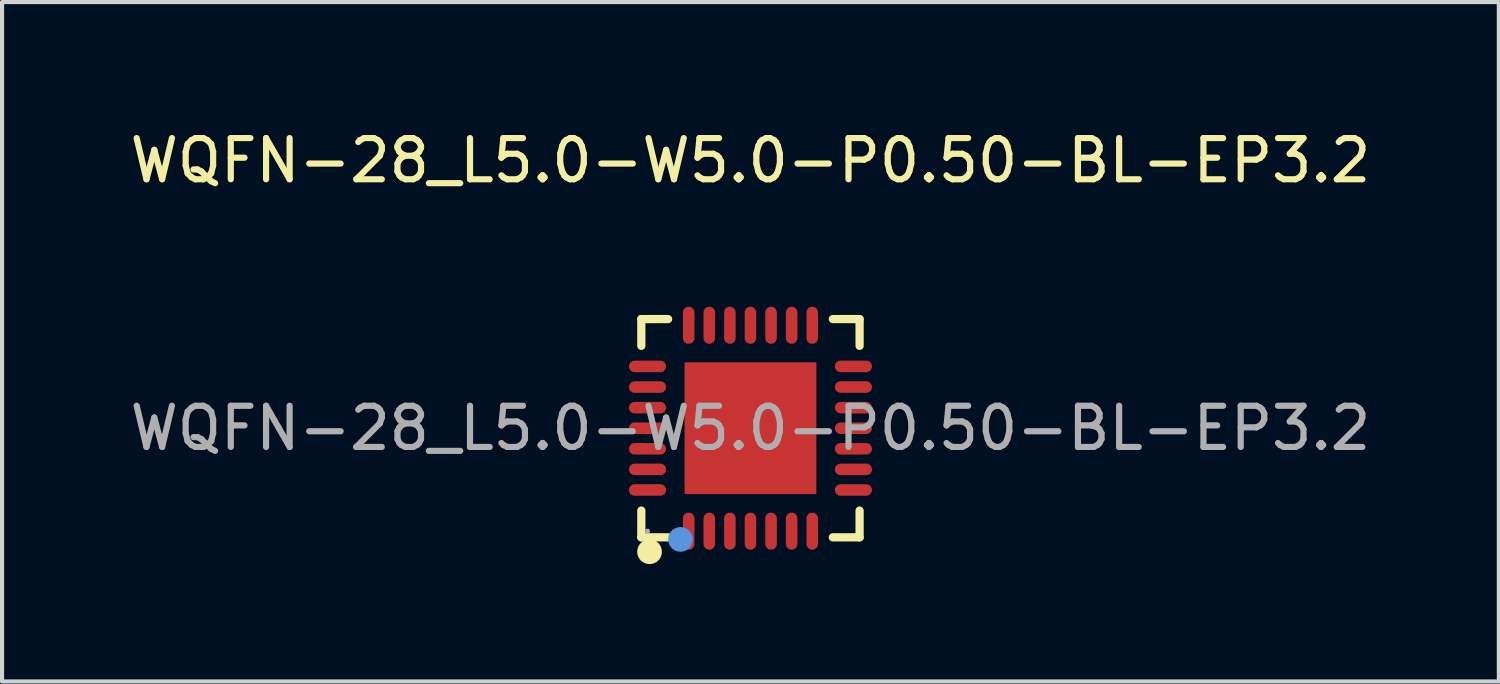
<source format=kicad_pcb>
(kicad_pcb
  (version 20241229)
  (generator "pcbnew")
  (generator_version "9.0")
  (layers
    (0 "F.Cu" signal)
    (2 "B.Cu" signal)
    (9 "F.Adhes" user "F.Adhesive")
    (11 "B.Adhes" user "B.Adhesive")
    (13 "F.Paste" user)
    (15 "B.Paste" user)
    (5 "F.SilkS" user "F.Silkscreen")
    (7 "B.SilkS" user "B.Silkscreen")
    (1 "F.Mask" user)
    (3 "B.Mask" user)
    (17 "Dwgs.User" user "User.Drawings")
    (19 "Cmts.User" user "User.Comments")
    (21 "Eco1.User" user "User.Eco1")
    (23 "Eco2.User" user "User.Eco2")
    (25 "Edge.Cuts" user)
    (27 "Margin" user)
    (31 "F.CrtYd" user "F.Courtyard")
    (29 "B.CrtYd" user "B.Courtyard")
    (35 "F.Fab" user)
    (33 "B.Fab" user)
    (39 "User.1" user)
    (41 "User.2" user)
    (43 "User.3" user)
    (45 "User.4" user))
  (footprint "WQFN-28_L5.0-W5.0-P0.50-BL-EP3.2"
    (layer "F.Cu")
    (at 15.173 7.348)
    (property "Reference" "WQFN-28_L5.0-W5.0-P0.50-BL-EP3.2" (at 0 -6.5 0) (layer "F.SilkS") (effects (font (size 1 1) (thickness 0.15))))
    (attr through_hole)
    (fp_line (start -2.65 -2.65) (end -2.65 -2) (stroke (width 0.2) (type solid)) (layer "F.SilkS"))
    (fp_line (start -2.65 2.65) (end -2.65 2) (stroke (width 0.2) (type solid)) (layer "F.SilkS"))
    (fp_line (start -2 -2.65) (end -2.65 -2.65) (stroke (width 0.2) (type solid)) (layer "F.SilkS"))
    (fp_line (start -2 2.65) (end -2.65 2.65) (stroke (width 0.2) (type solid)) (layer "F.SilkS"))
    (fp_line (start 2 2.65) (end 2.65 2.65) (stroke (width 0.2) (type solid)) (layer "F.SilkS"))
    (fp_line (start 2.65 -2.65) (end 2 -2.65) (stroke (width 0.2) (type solid)) (layer "F.SilkS"))
    (fp_line (start 2.65 -2) (end 2.65 -2.65) (stroke (width 0.2) (type solid)) (layer "F.SilkS"))
    (fp_line (start 2.65 2.65) (end 2.65 2) (stroke (width 0.2) (type solid)) (layer "F.SilkS"))
    (fp_arc (start -2.45 3) (mid -2.45 3) (end -2.45 3) (stroke (width 0.3) (type solid)) (layer "F.SilkS"))
    (fp_circle (center -1.7 2.7) (end -1.55 2.7) (stroke (width 0.3) (type solid)) (fill no) (layer "Cmts.User"))
    (fp_circle (center -2.5 2.5) (end -2.47 2.5) (stroke (width 0.06) (type solid)) (fill no) (layer "F.Fab"))
    (fp_text user "${REFERENCE}" (at 0 0 0) (layer "F.Fab") (effects (font (size 1 1) (thickness 0.15))))
    (pad "1" smd oval (at -1.5 2.5 180) (size 0.28 0.9) (layers "F.Cu" "F.Mask" "F.Paste"))
    (pad "2" smd oval (at -1 2.5 180) (size 0.28 0.9) (layers "F.Cu" "F.Mask" "F.Paste"))
    (pad "3" smd oval (at -0.5 2.5 180) (size 0.28 0.9) (layers "F.Cu" "F.Mask" "F.Paste"))
    (pad "4" smd oval (at 0 2.5 180) (size 0.28 0.9) (layers "F.Cu" "F.Mask" "F.Paste"))
    (pad "5" smd oval (at 0.5 2.5 180) (size 0.28 0.9) (layers "F.Cu" "F.Mask" "F.Paste"))
    (pad "6" smd oval (at 1 2.5 180) (size 0.28 0.9) (layers "F.Cu" "F.Mask" "F.Paste"))
    (pad "7" smd oval (at 1.5 2.5 180) (size 0.28 0.9) (layers "F.Cu" "F.Mask" "F.Paste"))
    (pad "8" smd oval (at 2.5 1.5 90) (size 0.28 0.9) (layers "F.Cu" "F.Mask" "F.Paste"))
    (pad "9" smd oval (at 2.5 1 90) (size 0.28 0.9) (layers "F.Cu" "F.Mask" "F.Paste"))
    (pad "10" smd oval (at 2.5 0.5 90) (size 0.28 0.9) (layers "F.Cu" "F.Mask" "F.Paste"))
    (pad "11" smd oval (at 2.5 0 90) (size 0.28 0.9) (layers "F.Cu" "F.Mask" "F.Paste"))
    (pad "12" smd oval (at 2.5 -0.5 90) (size 0.28 0.9) (layers "F.Cu" "F.Mask" "F.Paste"))
    (pad "13" smd oval (at 2.5 -1 90) (size 0.28 0.9) (layers "F.Cu" "F.Mask" "F.Paste"))
    (pad "14" smd oval (at 2.5 -1.5 90) (size 0.28 0.9) (layers "F.Cu" "F.Mask" "F.Paste"))
    (pad "15" smd oval (at 1.5 -2.5 180) (size 0.28 0.9) (layers "F.Cu" "F.Mask" "F.Paste"))
    (pad "16" smd oval (at 1 -2.5 180) (size 0.28 0.9) (layers "F.Cu" "F.Mask" "F.Paste"))
    (pad "17" smd oval (at 0.5 -2.5 180) (size 0.28 0.9) (layers "F.Cu" "F.Mask" "F.Paste"))
    (pad "18" smd oval (at 0 -2.5 180) (size 0.28 0.9) (layers "F.Cu" "F.Mask" "F.Paste"))
    (pad "19" smd oval (at -0.5 -2.5 180) (size 0.28 0.9) (layers "F.Cu" "F.Mask" "F.Paste"))
    (pad "20" smd oval (at -1 -2.5 180) (size 0.28 0.9) (layers "F.Cu" "F.Mask" "F.Paste"))
    (pad "21" smd oval (at -1.5 -2.5 180) (size 0.28 0.9) (layers "F.Cu" "F.Mask" "F.Paste"))
    (pad "22" smd oval (at -2.5 -1.5 90) (size 0.28 0.9) (layers "F.Cu" "F.Mask" "F.Paste"))
    (pad "23" smd oval (at -2.5 -1 90) (size 0.28 0.9) (layers "F.Cu" "F.Mask" "F.Paste"))
    (pad "24" smd oval (at -2.5 -0.5 90) (size 0.28 0.9) (layers "F.Cu" "F.Mask" "F.Paste"))
    (pad "25" smd oval (at -2.5 0 90) (size 0.28 0.9) (layers "F.Cu" "F.Mask" "F.Paste"))
    (pad "26" smd oval (at -2.5 0.5 90) (size 0.28 0.9) (layers "F.Cu" "F.Mask" "F.Paste"))
    (pad "27" smd oval (at -2.5 1 90) (size 0.28 0.9) (layers "F.Cu" "F.Mask" "F.Paste"))
    (pad "28" smd oval (at -2.5 1.5 90) (size 0.28 0.9) (layers "F.Cu" "F.Mask" "F.Paste"))
    (pad "29" smd rect (at 0 0 90) (size 3.2 3.2) (layers "F.Cu" "F.Mask" "F.Paste")))
  (gr_rect
    (start -3 -3)
    (end 33.345 13.498)
    (stroke (width 0.1) (type default))
    (fill no)
    (layer "Edge.Cuts")))
</source>
